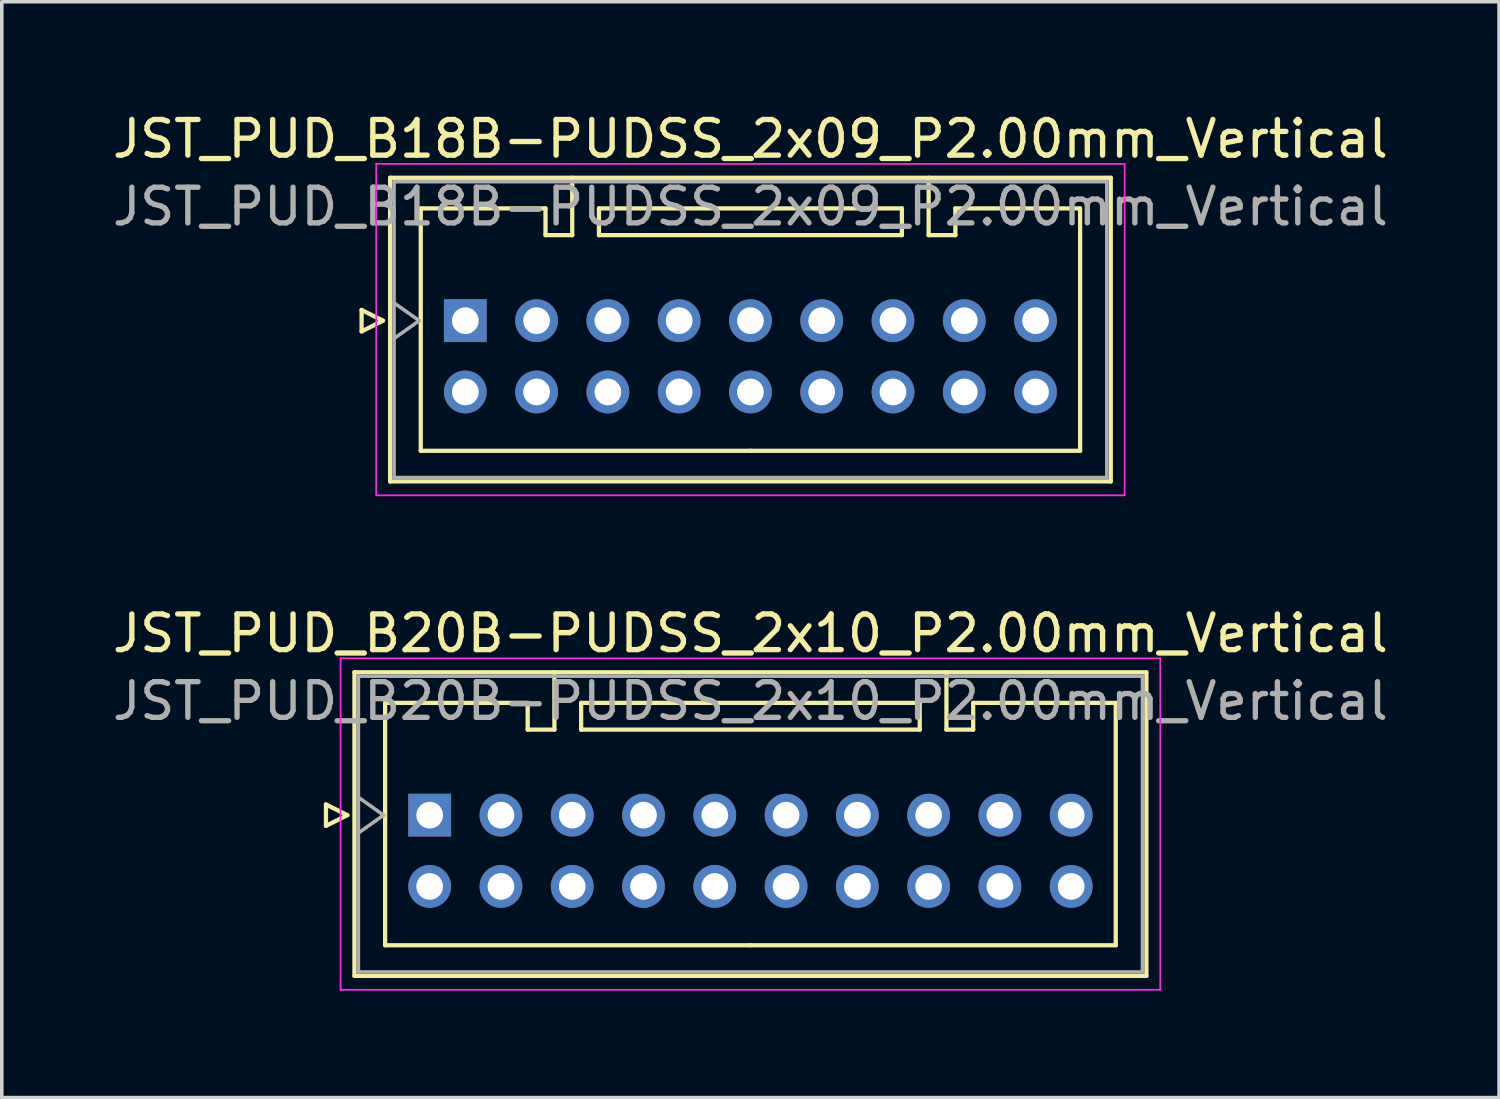
<source format=kicad_pcb>
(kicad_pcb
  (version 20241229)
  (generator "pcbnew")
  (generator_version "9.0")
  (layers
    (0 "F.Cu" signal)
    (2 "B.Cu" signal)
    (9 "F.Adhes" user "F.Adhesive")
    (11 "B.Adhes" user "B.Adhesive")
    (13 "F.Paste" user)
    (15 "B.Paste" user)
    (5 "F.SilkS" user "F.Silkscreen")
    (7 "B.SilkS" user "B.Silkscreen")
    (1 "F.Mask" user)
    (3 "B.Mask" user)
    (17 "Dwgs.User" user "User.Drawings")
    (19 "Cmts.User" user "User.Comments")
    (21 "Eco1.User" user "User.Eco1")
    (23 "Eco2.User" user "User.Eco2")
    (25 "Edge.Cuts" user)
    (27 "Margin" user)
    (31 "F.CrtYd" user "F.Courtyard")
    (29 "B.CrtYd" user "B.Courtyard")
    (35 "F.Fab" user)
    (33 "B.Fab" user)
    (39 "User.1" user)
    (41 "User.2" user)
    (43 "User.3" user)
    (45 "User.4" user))
  (footprint "JST_PUD_B18B-PUDSS_2x09_P2.00mm_Vertical"
    (layer "F.Cu")
    (at 10.006 5.948)
    (property "Reference" "JST_PUD_B18B-PUDSS_2x09_P2.00mm_Vertical" (at 8 -5.1 0) (layer "F.SilkS") (effects (font (size 1 1) (thickness 0.15))))
    (attr through_hole)
    (fp_line (start -2.91 -0.3) (end -2.31 0) (stroke (width 0.12) (type solid)) (layer "F.SilkS"))
    (fp_line (start -2.91 0.3) (end -2.91 -0.3) (stroke (width 0.12) (type solid)) (layer "F.SilkS"))
    (fp_line (start -2.31 0) (end -2.91 0.3) (stroke (width 0.12) (type solid)) (layer "F.SilkS"))
    (fp_line (start -2.11 -4.01) (end -2.11 4.51) (stroke (width 0.12) (type solid)) (layer "F.SilkS"))
    (fp_line (start -2.11 4.51) (end 18.11 4.51) (stroke (width 0.12) (type solid)) (layer "F.SilkS"))
    (fp_line (start -1.25 -3.15) (end -1.25 3.65) (stroke (width 0.12) (type solid)) (layer "F.SilkS"))
    (fp_line (start -1.25 3.65) (end 8 3.65) (stroke (width 0.12) (type solid)) (layer "F.SilkS"))
    (fp_line (start 2.25 -3.15) (end -1.25 -3.15) (stroke (width 0.12) (type solid)) (layer "F.SilkS"))
    (fp_line (start 2.25 -2.4) (end 2.25 -3.15) (stroke (width 0.12) (type solid)) (layer "F.SilkS"))
    (fp_line (start 3 -4.01) (end 3 -2.4) (stroke (width 0.12) (type solid)) (layer "F.SilkS"))
    (fp_line (start 3 -2.4) (end 2.25 -2.4) (stroke (width 0.12) (type solid)) (layer "F.SilkS"))
    (fp_line (start 3.75 -3.15) (end 3.75 -2.4) (stroke (width 0.12) (type solid)) (layer "F.SilkS"))
    (fp_line (start 3.75 -2.4) (end 12.25 -2.4) (stroke (width 0.12) (type solid)) (layer "F.SilkS"))
    (fp_line (start 12.25 -3.15) (end 3.75 -3.15) (stroke (width 0.12) (type solid)) (layer "F.SilkS"))
    (fp_line (start 12.25 -2.4) (end 12.25 -3.15) (stroke (width 0.12) (type solid)) (layer "F.SilkS"))
    (fp_line (start 13 -4.01) (end 13 -2.4) (stroke (width 0.12) (type solid)) (layer "F.SilkS"))
    (fp_line (start 13 -2.4) (end 13.75 -2.4) (stroke (width 0.12) (type solid)) (layer "F.SilkS"))
    (fp_line (start 13.75 -3.15) (end 17.25 -3.15) (stroke (width 0.12) (type solid)) (layer "F.SilkS"))
    (fp_line (start 13.75 -2.4) (end 13.75 -3.15) (stroke (width 0.12) (type solid)) (layer "F.SilkS"))
    (fp_line (start 17.25 -3.15) (end 17.25 3.65) (stroke (width 0.12) (type solid)) (layer "F.SilkS"))
    (fp_line (start 17.25 3.65) (end 8 3.65) (stroke (width 0.12) (type solid)) (layer "F.SilkS"))
    (fp_line (start 18.11 -4.01) (end -2.11 -4.01) (stroke (width 0.12) (type solid)) (layer "F.SilkS"))
    (fp_line (start 18.11 4.51) (end 18.11 -4.01) (stroke (width 0.12) (type solid)) (layer "F.SilkS"))
    (fp_line (start -2.5 -4.4) (end -2.5 4.9) (stroke (width 0.05) (type solid)) (layer "F.CrtYd"))
    (fp_line (start -2.5 4.9) (end 18.5 4.9) (stroke (width 0.05) (type solid)) (layer "F.CrtYd"))
    (fp_line (start 18.5 -4.4) (end -2.5 -4.4) (stroke (width 0.05) (type solid)) (layer "F.CrtYd"))
    (fp_line (start 18.5 4.9) (end 18.5 -4.4) (stroke (width 0.05) (type solid)) (layer "F.CrtYd"))
    (fp_line (start -2 -3.9) (end -2 4.4) (stroke (width 0.1) (type solid)) (layer "F.Fab"))
    (fp_line (start -2 0.5) (end -1.293 0) (stroke (width 0.1) (type solid)) (layer "F.Fab"))
    (fp_line (start -2 4.4) (end 18 4.4) (stroke (width 0.1) (type solid)) (layer "F.Fab"))
    (fp_line (start -1.293 0) (end -2 -0.5) (stroke (width 0.1) (type solid)) (layer "F.Fab"))
    (fp_line (start 18 -3.9) (end -2 -3.9) (stroke (width 0.1) (type solid)) (layer "F.Fab"))
    (fp_line (start 18 4.4) (end 18 -3.9) (stroke (width 0.1) (type solid)) (layer "F.Fab"))
    (fp_text user "${REFERENCE}" (at 8 -3.2 0) (layer "F.Fab") (effects (font (size 1 1) (thickness 0.15))))
    (pad "1" thru_hole rect (at 0 0) (size 1.2 1.2) (drill 0.75) (layers "*.Cu" "*.Mask"))
    (pad "2" thru_hole circle (at 0 2) (size 1.2 1.2) (drill 0.75) (layers "*.Cu" "*.Mask"))
    (pad "3" thru_hole circle (at 2 0) (size 1.2 1.2) (drill 0.75) (layers "*.Cu" "*.Mask"))
    (pad "4" thru_hole circle (at 2 2) (size 1.2 1.2) (drill 0.75) (layers "*.Cu" "*.Mask"))
    (pad "5" thru_hole circle (at 4 0) (size 1.2 1.2) (drill 0.75) (layers "*.Cu" "*.Mask"))
    (pad "6" thru_hole circle (at 4 2) (size 1.2 1.2) (drill 0.75) (layers "*.Cu" "*.Mask"))
    (pad "7" thru_hole circle (at 6 0) (size 1.2 1.2) (drill 0.75) (layers "*.Cu" "*.Mask"))
    (pad "8" thru_hole circle (at 6 2) (size 1.2 1.2) (drill 0.75) (layers "*.Cu" "*.Mask"))
    (pad "9" thru_hole circle (at 8 0) (size 1.2 1.2) (drill 0.75) (layers "*.Cu" "*.Mask"))
    (pad "10" thru_hole circle (at 8 2) (size 1.2 1.2) (drill 0.75) (layers "*.Cu" "*.Mask"))
    (pad "11" thru_hole circle (at 10 0) (size 1.2 1.2) (drill 0.75) (layers "*.Cu" "*.Mask"))
    (pad "12" thru_hole circle (at 10 2) (size 1.2 1.2) (drill 0.75) (layers "*.Cu" "*.Mask"))
    (pad "13" thru_hole circle (at 12 0) (size 1.2 1.2) (drill 0.75) (layers "*.Cu" "*.Mask"))
    (pad "14" thru_hole circle (at 12 2) (size 1.2 1.2) (drill 0.75) (layers "*.Cu" "*.Mask"))
    (pad "15" thru_hole circle (at 14 0) (size 1.2 1.2) (drill 0.75) (layers "*.Cu" "*.Mask"))
    (pad "16" thru_hole circle (at 14 2) (size 1.2 1.2) (drill 0.75) (layers "*.Cu" "*.Mask"))
    (pad "17" thru_hole circle (at 16 0) (size 1.2 1.2) (drill 0.75) (layers "*.Cu" "*.Mask"))
    (pad "18" thru_hole circle (at 16 2) (size 1.2 1.2) (drill 0.75) (layers "*.Cu" "*.Mask")))
  (footprint "JST_PUD_B20B-PUDSS_2x10_P2.00mm_Vertical"
    (layer "F.Cu")
    (at 9.006 19.822)
    (property "Reference" "JST_PUD_B20B-PUDSS_2x10_P2.00mm_Vertical" (at 9 -5.1 0) (layer "F.SilkS") (effects (font (size 1 1) (thickness 0.15))))
    (attr through_hole)
    (fp_line (start -2.91 -0.3) (end -2.31 0) (stroke (width 0.12) (type solid)) (layer "F.SilkS"))
    (fp_line (start -2.91 0.3) (end -2.91 -0.3) (stroke (width 0.12) (type solid)) (layer "F.SilkS"))
    (fp_line (start -2.31 0) (end -2.91 0.3) (stroke (width 0.12) (type solid)) (layer "F.SilkS"))
    (fp_line (start -2.11 -4.01) (end -2.11 4.51) (stroke (width 0.12) (type solid)) (layer "F.SilkS"))
    (fp_line (start -2.11 4.51) (end 20.11 4.51) (stroke (width 0.12) (type solid)) (layer "F.SilkS"))
    (fp_line (start -1.25 -3.15) (end -1.25 3.65) (stroke (width 0.12) (type solid)) (layer "F.SilkS"))
    (fp_line (start -1.25 3.65) (end 9 3.65) (stroke (width 0.12) (type solid)) (layer "F.SilkS"))
    (fp_line (start 2.75 -3.15) (end -1.25 -3.15) (stroke (width 0.12) (type solid)) (layer "F.SilkS"))
    (fp_line (start 2.75 -2.4) (end 2.75 -3.15) (stroke (width 0.12) (type solid)) (layer "F.SilkS"))
    (fp_line (start 3.5 -4.01) (end 3.5 -2.4) (stroke (width 0.12) (type solid)) (layer "F.SilkS"))
    (fp_line (start 3.5 -2.4) (end 2.75 -2.4) (stroke (width 0.12) (type solid)) (layer "F.SilkS"))
    (fp_line (start 4.25 -3.15) (end 4.25 -2.4) (stroke (width 0.12) (type solid)) (layer "F.SilkS"))
    (fp_line (start 4.25 -2.4) (end 13.75 -2.4) (stroke (width 0.12) (type solid)) (layer "F.SilkS"))
    (fp_line (start 13.75 -3.15) (end 4.25 -3.15) (stroke (width 0.12) (type solid)) (layer "F.SilkS"))
    (fp_line (start 13.75 -2.4) (end 13.75 -3.15) (stroke (width 0.12) (type solid)) (layer "F.SilkS"))
    (fp_line (start 14.5 -4.01) (end 14.5 -2.4) (stroke (width 0.12) (type solid)) (layer "F.SilkS"))
    (fp_line (start 14.5 -2.4) (end 15.25 -2.4) (stroke (width 0.12) (type solid)) (layer "F.SilkS"))
    (fp_line (start 15.25 -3.15) (end 19.25 -3.15) (stroke (width 0.12) (type solid)) (layer "F.SilkS"))
    (fp_line (start 15.25 -2.4) (end 15.25 -3.15) (stroke (width 0.12) (type solid)) (layer "F.SilkS"))
    (fp_line (start 19.25 -3.15) (end 19.25 3.65) (stroke (width 0.12) (type solid)) (layer "F.SilkS"))
    (fp_line (start 19.25 3.65) (end 9 3.65) (stroke (width 0.12) (type solid)) (layer "F.SilkS"))
    (fp_line (start 20.11 -4.01) (end -2.11 -4.01) (stroke (width 0.12) (type solid)) (layer "F.SilkS"))
    (fp_line (start 20.11 4.51) (end 20.11 -4.01) (stroke (width 0.12) (type solid)) (layer "F.SilkS"))
    (fp_line (start -2.5 -4.4) (end -2.5 4.9) (stroke (width 0.05) (type solid)) (layer "F.CrtYd"))
    (fp_line (start -2.5 4.9) (end 20.5 4.9) (stroke (width 0.05) (type solid)) (layer "F.CrtYd"))
    (fp_line (start 20.5 -4.4) (end -2.5 -4.4) (stroke (width 0.05) (type solid)) (layer "F.CrtYd"))
    (fp_line (start 20.5 4.9) (end 20.5 -4.4) (stroke (width 0.05) (type solid)) (layer "F.CrtYd"))
    (fp_line (start -2 -3.9) (end -2 4.4) (stroke (width 0.1) (type solid)) (layer "F.Fab"))
    (fp_line (start -2 0.5) (end -1.293 0) (stroke (width 0.1) (type solid)) (layer "F.Fab"))
    (fp_line (start -2 4.4) (end 20 4.4) (stroke (width 0.1) (type solid)) (layer "F.Fab"))
    (fp_line (start -1.293 0) (end -2 -0.5) (stroke (width 0.1) (type solid)) (layer "F.Fab"))
    (fp_line (start 20 -3.9) (end -2 -3.9) (stroke (width 0.1) (type solid)) (layer "F.Fab"))
    (fp_line (start 20 4.4) (end 20 -3.9) (stroke (width 0.1) (type solid)) (layer "F.Fab"))
    (fp_text user "${REFERENCE}" (at 9 -3.2 0) (layer "F.Fab") (effects (font (size 1 1) (thickness 0.15))))
    (pad "1" thru_hole rect (at 0 0) (size 1.2 1.2) (drill 0.75) (layers "*.Cu" "*.Mask"))
    (pad "2" thru_hole circle (at 0 2) (size 1.2 1.2) (drill 0.75) (layers "*.Cu" "*.Mask"))
    (pad "3" thru_hole circle (at 2 0) (size 1.2 1.2) (drill 0.75) (layers "*.Cu" "*.Mask"))
    (pad "4" thru_hole circle (at 2 2) (size 1.2 1.2) (drill 0.75) (layers "*.Cu" "*.Mask"))
    (pad "5" thru_hole circle (at 4 0) (size 1.2 1.2) (drill 0.75) (layers "*.Cu" "*.Mask"))
    (pad "6" thru_hole circle (at 4 2) (size 1.2 1.2) (drill 0.75) (layers "*.Cu" "*.Mask"))
    (pad "7" thru_hole circle (at 6 0) (size 1.2 1.2) (drill 0.75) (layers "*.Cu" "*.Mask"))
    (pad "8" thru_hole circle (at 6 2) (size 1.2 1.2) (drill 0.75) (layers "*.Cu" "*.Mask"))
    (pad "9" thru_hole circle (at 8 0) (size 1.2 1.2) (drill 0.75) (layers "*.Cu" "*.Mask"))
    (pad "10" thru_hole circle (at 8 2) (size 1.2 1.2) (drill 0.75) (layers "*.Cu" "*.Mask"))
    (pad "11" thru_hole circle (at 10 0) (size 1.2 1.2) (drill 0.75) (layers "*.Cu" "*.Mask"))
    (pad "12" thru_hole circle (at 10 2) (size 1.2 1.2) (drill 0.75) (layers "*.Cu" "*.Mask"))
    (pad "13" thru_hole circle (at 12 0) (size 1.2 1.2) (drill 0.75) (layers "*.Cu" "*.Mask"))
    (pad "14" thru_hole circle (at 12 2) (size 1.2 1.2) (drill 0.75) (layers "*.Cu" "*.Mask"))
    (pad "15" thru_hole circle (at 14 0) (size 1.2 1.2) (drill 0.75) (layers "*.Cu" "*.Mask"))
    (pad "16" thru_hole circle (at 14 2) (size 1.2 1.2) (drill 0.75) (layers "*.Cu" "*.Mask"))
    (pad "17" thru_hole circle (at 16 0) (size 1.2 1.2) (drill 0.75) (layers "*.Cu" "*.Mask"))
    (pad "18" thru_hole circle (at 16 2) (size 1.2 1.2) (drill 0.75) (layers "*.Cu" "*.Mask"))
    (pad "19" thru_hole circle (at 18 0) (size 1.2 1.2) (drill 0.75) (layers "*.Cu" "*.Mask"))
    (pad "20" thru_hole circle (at 18 2) (size 1.2 1.2) (drill 0.75) (layers "*.Cu" "*.Mask")))
  (gr_rect
    (start -3 -3)
    (end 39.012 27.747)
    (stroke (width 0.1) (type default))
    (fill no)
    (layer "Edge.Cuts")))
</source>
